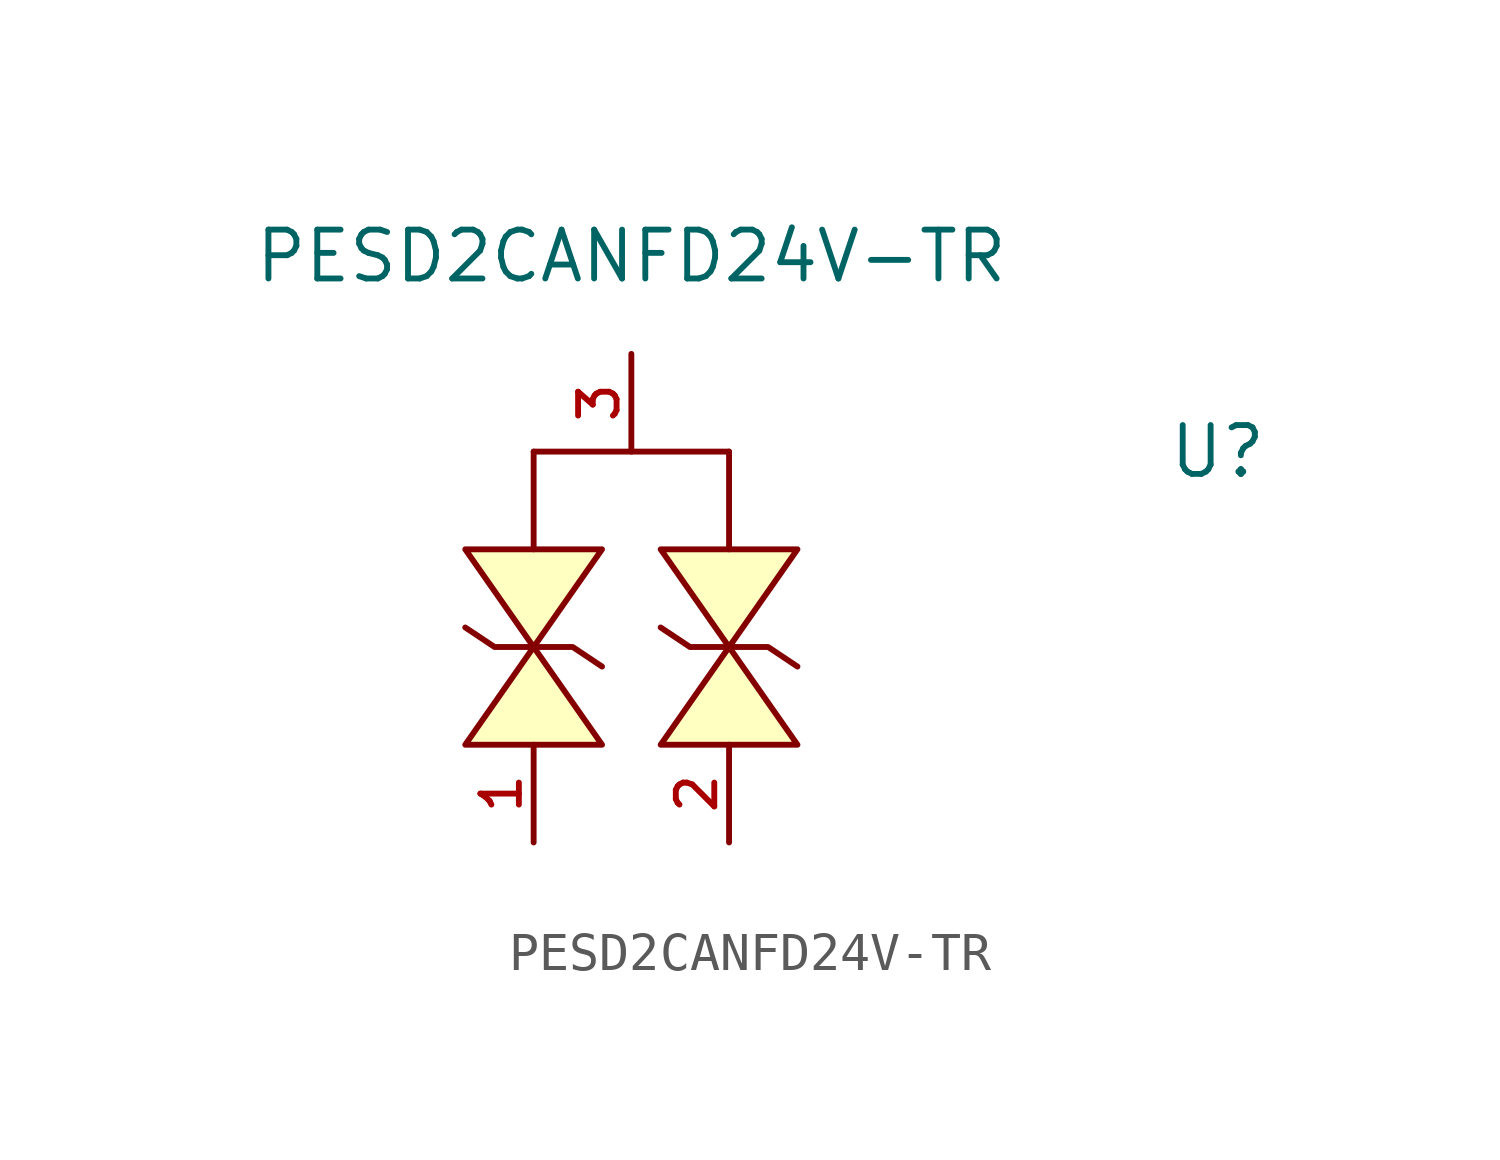
<source format=kicad_sym>
(kicad_symbol_lib
  (version 20211014)
  (generator kicad_symbol_editor)
  (symbol "PESD2CANFD24V-TR"
    (pin_names hide)
    (property "Reference" "U"
      (at 15.24 2.54 0)
      (effects (font (size 1.27 1.27))))
    (property "Value" "PESD2CANFD24V-TR"
      (at 0 7.62 0)
      (effects (font (size 1.27 1.27))))
    (symbol "PESD2CANFD24V-TR_0_1"
      (polyline (pts (xy -2.54 2.54) (xy -2.54 0)) (stroke (width 0) (type default) (color 0 0 0 0)) (fill (type none)))
      (polyline (pts (xy -2.54 2.54) (xy 2.54 2.54)) (stroke (width 0) (type default) (color 0 0 0 0)) (fill (type none)))
      (polyline (pts (xy 2.54 2.54) (xy 2.54 0)) (stroke (width 0) (type default) (color 0 0 0 0)) (fill (type none)))
      (polyline (pts (xy -4.318 -2.032) (xy -3.556 -2.54) (xy -1.524 -2.54) (xy -0.762 -3.048)) (stroke (width 0) (type default) (color 0 0 0 0)) (fill (type none)))
      (polyline (pts (xy -4.318 0) (xy -2.54 -2.54) (xy -0.762 0) (xy -4.318 0)) (stroke (width 0) (type default) (color 0 0 0 0)) (fill (type background)))
      (polyline (pts (xy -0.762 -5.08) (xy -2.54 -2.54) (xy -4.318 -5.08) (xy -0.762 -5.08)) (stroke (width 0) (type default) (color 0 0 0 0)) (fill (type background)))
      (polyline (pts (xy 0.762 -2.032) (xy 1.524 -2.54) (xy 3.556 -2.54) (xy 4.318 -3.048)) (stroke (width 0) (type default) (color 0 0 0 0)) (fill (type none)))
      (polyline (pts (xy 0.762 0) (xy 2.54 -2.54) (xy 4.318 0) (xy 0.762 0)) (stroke (width 0) (type default) (color 0 0 0 0)) (fill (type background)))
      (polyline (pts (xy 4.318 -5.08) (xy 2.54 -2.54) (xy 0.762 -5.08) (xy 4.318 -5.08)) (stroke (width 0) (type default) (color 0 0 0 0)) (fill (type background)))
      (pin passive line (at -2.54 -7.62 90) (length 2.54) (name "1" (effects (font (size 1 1)))) (number "1" (effects (font (size 1 1)))))
      (pin passive line (at 2.54 -7.62 90) (length 2.54) (name "2" (effects (font (size 1 1)))) (number "2" (effects (font (size 1 1)))))
      (pin passive line (at 0 5.08 270) (length 2.54) (name "3" (effects (font (size 1 1)))) (number "3" (effects (font (size 1 1))))))))
</source>
